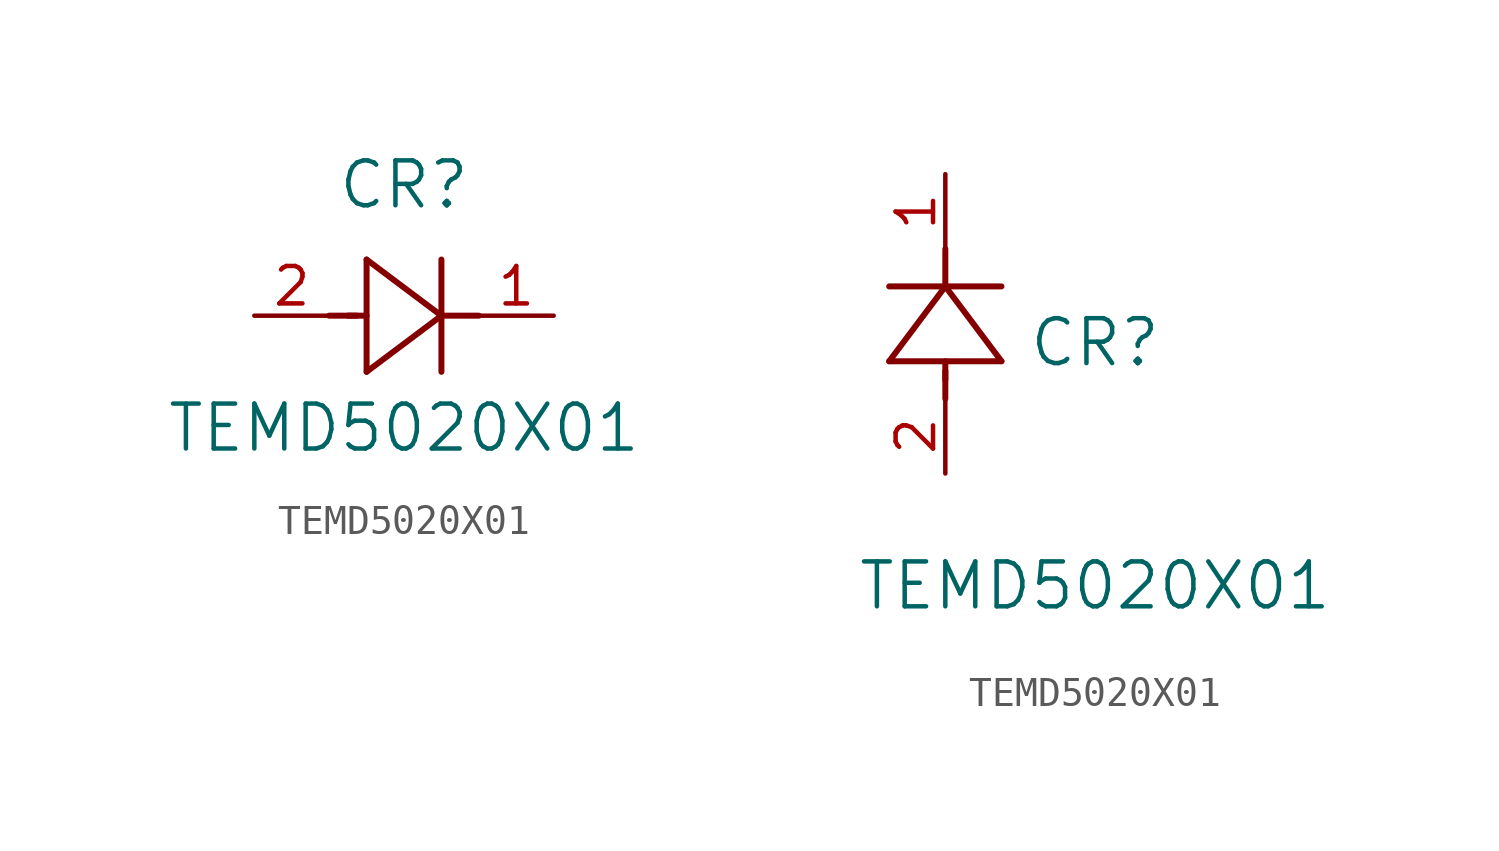
<source format=kicad_sym>
(kicad_symbol_lib
  (version 20211014)
  (generator kicad_symbol_editor)
  (symbol "TEMD5020X01"
    (pin_names
      (offset 0.254))
    (property "Reference" "CR"
      (at 5.08 4.445 0)
      (effects (font (size 1.524 1.524))))
    (property "Value" "TEMD5020X01"
      (at 5.08 -3.81 0)
      (effects (font (size 1.524 1.524))))
    (symbol "TEMD5020X01_1_1"
      (polyline (pts (xy 2.54 0) (xy 3.48 0)) (stroke (width 0.203) (type default) (color 0 0 0 0)) (fill (type none)))
      (polyline (pts (xy 3.81 1.905) (xy 3.81 -1.905)) (stroke (width 0.203) (type default) (color 0 0 0 0)) (fill (type none)))
      (polyline (pts (xy 3.175 0) (xy 3.81 0)) (stroke (width 0.203) (type default) (color 0 0 0 0)) (fill (type none)))
      (polyline (pts (xy 6.35 -1.905) (xy 6.35 1.905)) (stroke (width 0.203) (type default) (color 0 0 0 0)) (fill (type none)))
      (polyline (pts (xy 6.35 0) (xy 7.62 0)) (stroke (width 0.203) (type default) (color 0 0 0 0)) (fill (type none)))
      (polyline (pts (xy 6.35 0) (xy 3.81 1.905)) (stroke (width 0.203) (type default) (color 0 0 0 0)) (fill (type none)))
      (polyline (pts (xy 3.81 -1.905) (xy 6.35 0)) (stroke (width 0.203) (type default) (color 0 0 0 0)) (fill (type none)))
      (pin unspecified line (at 0 0 0) (length 2.54) (name "" (effects (font (size 1.27 1.27)))) (number "2" (effects (font (size 1.27 1.27)))))
      (pin unspecified line (at 10.16 0 180) (length 2.54) (name "" (effects (font (size 1.27 1.27)))) (number "1" (effects (font (size 1.27 1.27))))))
    (symbol "TEMD5020X01_1_2"
      (polyline (pts (xy 0 2.54) (xy 0 3.48)) (stroke (width 0.203) (type default) (color 0 0 0 0)) (fill (type none)))
      (polyline (pts (xy -1.905 3.81) (xy 1.905 3.81)) (stroke (width 0.203) (type default) (color 0 0 0 0)) (fill (type none)))
      (polyline (pts (xy 0 3.175) (xy 0 3.81)) (stroke (width 0.203) (type default) (color 0 0 0 0)) (fill (type none)))
      (polyline (pts (xy 1.905 6.35) (xy -1.905 6.35)) (stroke (width 0.203) (type default) (color 0 0 0 0)) (fill (type none)))
      (polyline (pts (xy 0 6.35) (xy 0 7.62)) (stroke (width 0.203) (type default) (color 0 0 0 0)) (fill (type none)))
      (polyline (pts (xy 0 6.35) (xy -1.905 3.81)) (stroke (width 0.203) (type default) (color 0 0 0 0)) (fill (type none)))
      (polyline (pts (xy 1.905 3.81) (xy 0 6.35)) (stroke (width 0.203) (type default) (color 0 0 0 0)) (fill (type none)))
      (pin unspecified line (at 0 0 90) (length 2.54) (name "" (effects (font (size 1.27 1.27)))) (number "2" (effects (font (size 1.27 1.27)))))
      (pin unspecified line (at 0 10.16 270) (length 2.54) (name "" (effects (font (size 1.27 1.27)))) (number "1" (effects (font (size 1.27 1.27))))))))
</source>
